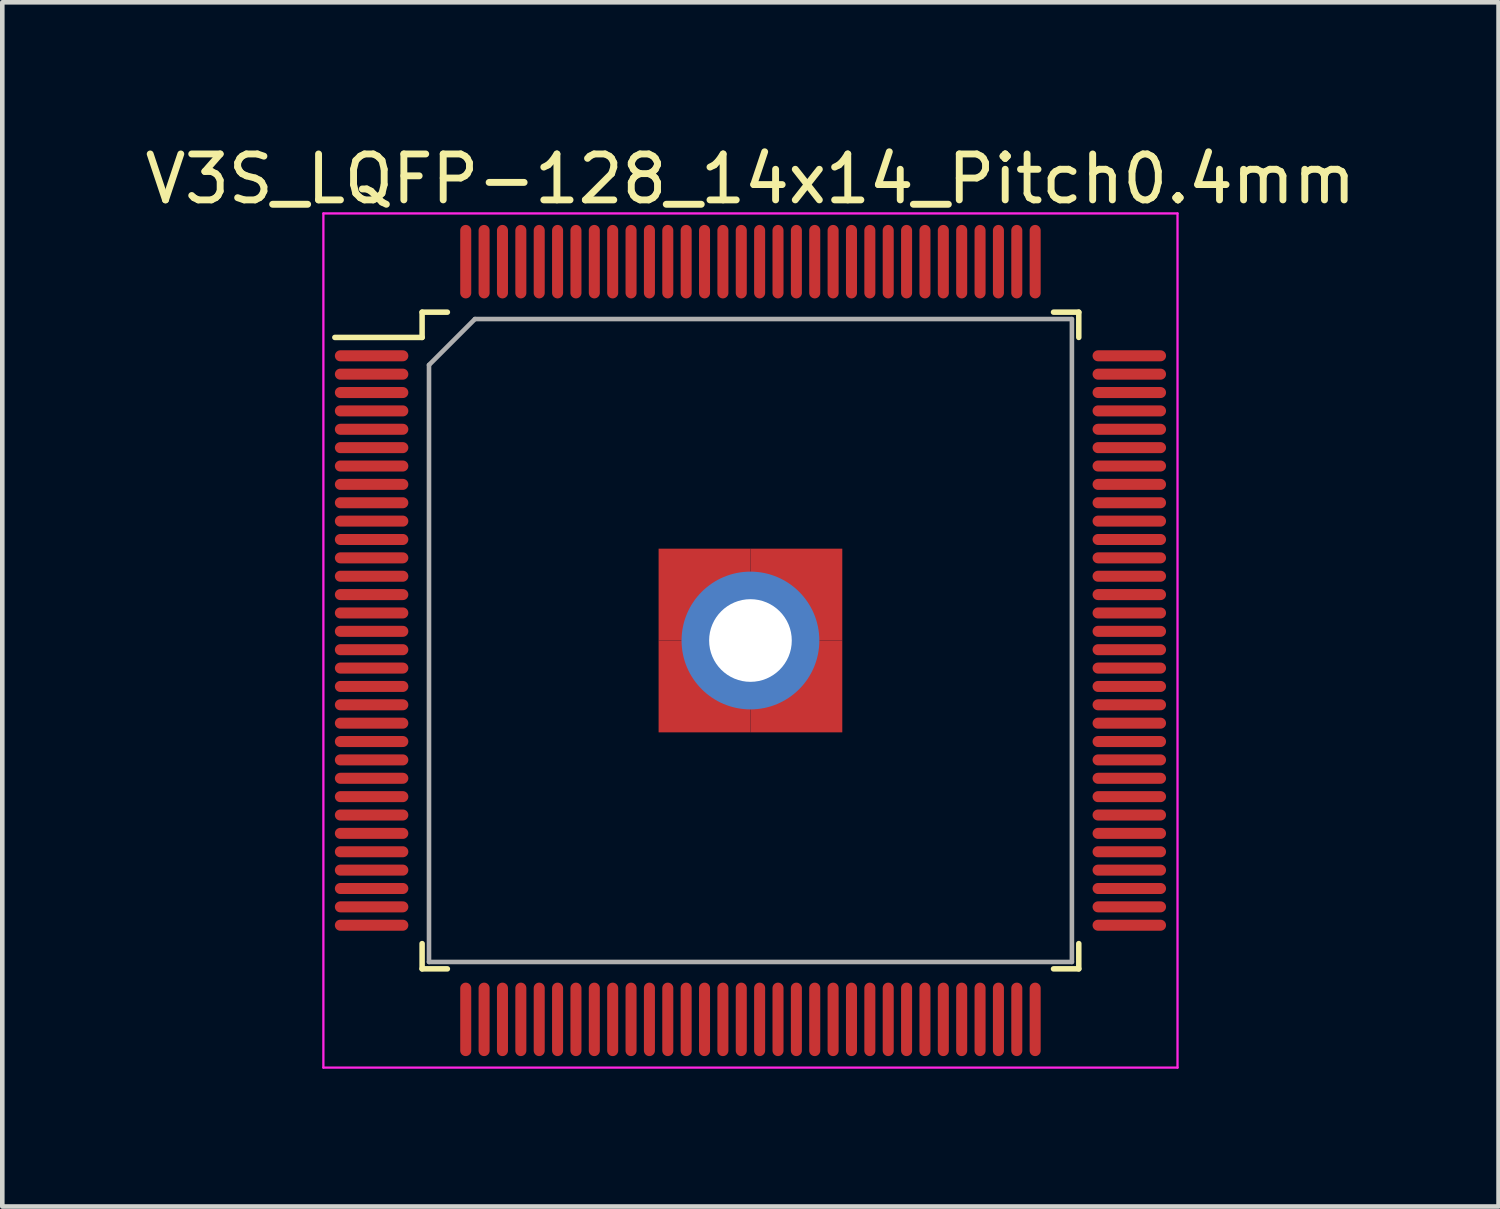
<source format=kicad_pcb>
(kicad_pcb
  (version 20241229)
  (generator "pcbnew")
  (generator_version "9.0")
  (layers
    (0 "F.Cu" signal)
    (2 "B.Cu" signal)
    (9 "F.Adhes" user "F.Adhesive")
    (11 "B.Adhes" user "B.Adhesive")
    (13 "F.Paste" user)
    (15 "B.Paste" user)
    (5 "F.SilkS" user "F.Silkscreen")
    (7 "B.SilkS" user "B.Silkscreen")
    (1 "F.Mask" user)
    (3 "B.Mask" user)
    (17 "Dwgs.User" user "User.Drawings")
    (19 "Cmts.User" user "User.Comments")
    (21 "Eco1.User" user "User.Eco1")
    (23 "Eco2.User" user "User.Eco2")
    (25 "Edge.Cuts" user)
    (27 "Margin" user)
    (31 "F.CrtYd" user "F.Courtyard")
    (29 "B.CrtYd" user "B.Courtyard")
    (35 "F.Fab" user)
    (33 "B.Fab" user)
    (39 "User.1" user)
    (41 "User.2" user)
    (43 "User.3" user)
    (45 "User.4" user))
  (footprint "V3S_LQFP-128_14x14_Pitch0.4mm"
    (layer "F.Cu")
    (at 13.292 10.898)
    (property "Reference" "V3S_LQFP-128_14x14_Pitch0.4mm" (at 0 -10.05 0) (layer "F.SilkS") (effects (font (size 1 1) (thickness 0.15))))
    (attr smd)
    (fp_line (start -7.15 -7.15) (end -7.15 -6.6) (stroke (width 0.12) (type solid)) (layer "F.SilkS"))
    (fp_line (start -7.15 -6.6) (end -9.05 -6.6) (stroke (width 0.12) (type solid)) (layer "F.SilkS"))
    (fp_line (start -7.15 7.15) (end -7.15 6.6) (stroke (width 0.12) (type solid)) (layer "F.SilkS"))
    (fp_line (start -6.6 -7.15) (end -7.15 -7.15) (stroke (width 0.12) (type solid)) (layer "F.SilkS"))
    (fp_line (start -6.6 7.15) (end -7.15 7.15) (stroke (width 0.12) (type solid)) (layer "F.SilkS"))
    (fp_line (start 6.6 -7.15) (end 7.15 -7.15) (stroke (width 0.12) (type solid)) (layer "F.SilkS"))
    (fp_line (start 6.6 7.15) (end 7.15 7.15) (stroke (width 0.12) (type solid)) (layer "F.SilkS"))
    (fp_line (start 7.15 -7.15) (end 7.15 -6.6) (stroke (width 0.12) (type solid)) (layer "F.SilkS"))
    (fp_line (start 7.15 7.15) (end 7.15 6.6) (stroke (width 0.12) (type solid)) (layer "F.SilkS"))
    (fp_line (start -9.3 -9.3) (end 9.3 -9.3) (stroke (width 0.05) (type solid)) (layer "F.CrtYd"))
    (fp_line (start -9.3 9.3) (end -9.3 -9.3) (stroke (width 0.05) (type solid)) (layer "F.CrtYd"))
    (fp_line (start 9.3 -9.3) (end 9.3 9.3) (stroke (width 0.05) (type solid)) (layer "F.CrtYd"))
    (fp_line (start 9.3 9.3) (end -9.3 9.3) (stroke (width 0.05) (type solid)) (layer "F.CrtYd"))
    (fp_line (start -7 -6) (end -7 7) (stroke (width 0.1) (type solid)) (layer "F.Fab"))
    (fp_line (start -7 7) (end 7 7) (stroke (width 0.1) (type solid)) (layer "F.Fab"))
    (fp_line (start -6 -7) (end -7 -6) (stroke (width 0.1) (type solid)) (layer "F.Fab"))
    (fp_line (start 7 -7) (end -6 -7) (stroke (width 0.1) (type solid)) (layer "F.Fab"))
    (fp_line (start 7 7) (end 7 -7) (stroke (width 0.1) (type solid)) (layer "F.Fab"))
    (pad "1" smd oval (at -8.25 -6.2 90) (size 0.24 1.6) (layers "F.Cu" "F.Mask" "F.Paste"))
    (pad "2" smd oval (at -8.25 -5.8 90) (size 0.24 1.6) (layers "F.Cu" "F.Mask" "F.Paste"))
    (pad "3" smd oval (at -8.25 -5.4 90) (size 0.24 1.6) (layers "F.Cu" "F.Mask" "F.Paste"))
    (pad "4" smd oval (at -8.25 -5 90) (size 0.24 1.6) (layers "F.Cu" "F.Mask" "F.Paste"))
    (pad "5" smd oval (at -8.25 -4.6 90) (size 0.24 1.6) (layers "F.Cu" "F.Mask" "F.Paste"))
    (pad "6" smd oval (at -8.25 -4.2 90) (size 0.24 1.6) (layers "F.Cu" "F.Mask" "F.Paste"))
    (pad "7" smd oval (at -8.25 -3.8 90) (size 0.24 1.6) (layers "F.Cu" "F.Mask" "F.Paste"))
    (pad "8" smd oval (at -8.25 -3.4 90) (size 0.24 1.6) (layers "F.Cu" "F.Mask" "F.Paste"))
    (pad "9" smd oval (at -8.25 -3 90) (size 0.24 1.6) (layers "F.Cu" "F.Mask" "F.Paste"))
    (pad "10" smd oval (at -8.25 -2.6 90) (size 0.24 1.6) (layers "F.Cu" "F.Mask" "F.Paste"))
    (pad "11" smd oval (at -8.25 -2.2 90) (size 0.24 1.6) (layers "F.Cu" "F.Mask" "F.Paste"))
    (pad "12" smd oval (at -8.25 -1.8 90) (size 0.24 1.6) (layers "F.Cu" "F.Mask" "F.Paste"))
    (pad "13" smd oval (at -8.25 -1.4 90) (size 0.24 1.6) (layers "F.Cu" "F.Mask" "F.Paste"))
    (pad "14" smd oval (at -8.25 -1 90) (size 0.24 1.6) (layers "F.Cu" "F.Mask" "F.Paste"))
    (pad "15" smd oval (at -8.25 -0.6 90) (size 0.24 1.6) (layers "F.Cu" "F.Mask" "F.Paste"))
    (pad "16" smd oval (at -8.25 -0.2 90) (size 0.24 1.6) (layers "F.Cu" "F.Mask" "F.Paste"))
    (pad "17" smd oval (at -8.25 0.2 90) (size 0.24 1.6) (layers "F.Cu" "F.Mask" "F.Paste"))
    (pad "18" smd oval (at -8.25 0.6 90) (size 0.24 1.6) (layers "F.Cu" "F.Mask" "F.Paste"))
    (pad "19" smd oval (at -8.25 1 90) (size 0.24 1.6) (layers "F.Cu" "F.Mask" "F.Paste"))
    (pad "20" smd oval (at -8.25 1.4 90) (size 0.24 1.6) (layers "F.Cu" "F.Mask" "F.Paste"))
    (pad "21" smd oval (at -8.25 1.8 90) (size 0.24 1.6) (layers "F.Cu" "F.Mask" "F.Paste"))
    (pad "22" smd oval (at -8.25 2.2 90) (size 0.24 1.6) (layers "F.Cu" "F.Mask" "F.Paste"))
    (pad "23" smd oval (at -8.25 2.6 90) (size 0.24 1.6) (layers "F.Cu" "F.Mask" "F.Paste"))
    (pad "24" smd oval (at -8.25 3 90) (size 0.24 1.6) (layers "F.Cu" "F.Mask" "F.Paste"))
    (pad "25" smd oval (at -8.25 3.4 90) (size 0.24 1.6) (layers "F.Cu" "F.Mask" "F.Paste"))
    (pad "26" smd oval (at -8.25 3.8 90) (size 0.24 1.6) (layers "F.Cu" "F.Mask" "F.Paste"))
    (pad "27" smd oval (at -8.25 4.2 90) (size 0.24 1.6) (layers "F.Cu" "F.Mask" "F.Paste"))
    (pad "28" smd oval (at -8.25 4.6 90) (size 0.24 1.6) (layers "F.Cu" "F.Mask" "F.Paste"))
    (pad "29" smd oval (at -8.25 5 90) (size 0.24 1.6) (layers "F.Cu" "F.Mask" "F.Paste"))
    (pad "30" smd oval (at -8.25 5.4 90) (size 0.24 1.6) (layers "F.Cu" "F.Mask" "F.Paste"))
    (pad "31" smd oval (at -8.25 5.8 90) (size 0.24 1.6) (layers "F.Cu" "F.Mask" "F.Paste"))
    (pad "32" smd oval (at -8.25 6.2 90) (size 0.24 1.6) (layers "F.Cu" "F.Mask" "F.Paste"))
    (pad "33" smd oval (at -6.2 8.25) (size 0.24 1.6) (layers "F.Cu" "F.Mask" "F.Paste"))
    (pad "34" smd oval (at -5.8 8.25) (size 0.24 1.6) (layers "F.Cu" "F.Mask" "F.Paste"))
    (pad "35" smd oval (at -5.4 8.25) (size 0.24 1.6) (layers "F.Cu" "F.Mask" "F.Paste"))
    (pad "36" smd oval (at -5 8.25) (size 0.24 1.6) (layers "F.Cu" "F.Mask" "F.Paste"))
    (pad "37" smd oval (at -4.6 8.25) (size 0.24 1.6) (layers "F.Cu" "F.Mask" "F.Paste"))
    (pad "38" smd oval (at -4.2 8.25) (size 0.24 1.6) (layers "F.Cu" "F.Mask" "F.Paste"))
    (pad "39" smd oval (at -3.8 8.25) (size 0.24 1.6) (layers "F.Cu" "F.Mask" "F.Paste"))
    (pad "40" smd oval (at -3.4 8.25) (size 0.24 1.6) (layers "F.Cu" "F.Mask" "F.Paste"))
    (pad "41" smd oval (at -3 8.25) (size 0.24 1.6) (layers "F.Cu" "F.Mask" "F.Paste"))
    (pad "42" smd oval (at -2.6 8.25) (size 0.24 1.6) (layers "F.Cu" "F.Mask" "F.Paste"))
    (pad "43" smd oval (at -2.2 8.25) (size 0.24 1.6) (layers "F.Cu" "F.Mask" "F.Paste"))
    (pad "44" smd oval (at -1.8 8.25) (size 0.24 1.6) (layers "F.Cu" "F.Mask" "F.Paste"))
    (pad "45" smd oval (at -1.4 8.25) (size 0.24 1.6) (layers "F.Cu" "F.Mask" "F.Paste"))
    (pad "46" smd oval (at -1 8.25) (size 0.24 1.6) (layers "F.Cu" "F.Mask" "F.Paste"))
    (pad "47" smd oval (at -0.6 8.25) (size 0.24 1.6) (layers "F.Cu" "F.Mask" "F.Paste"))
    (pad "48" smd oval (at -0.2 8.25) (size 0.24 1.6) (layers "F.Cu" "F.Mask" "F.Paste"))
    (pad "49" smd oval (at 0.2 8.25) (size 0.24 1.6) (layers "F.Cu" "F.Mask" "F.Paste"))
    (pad "50" smd oval (at 0.6 8.25) (size 0.24 1.6) (layers "F.Cu" "F.Mask" "F.Paste"))
    (pad "51" smd oval (at 1 8.25) (size 0.24 1.6) (layers "F.Cu" "F.Mask" "F.Paste"))
    (pad "52" smd oval (at 1.4 8.25) (size 0.24 1.6) (layers "F.Cu" "F.Mask" "F.Paste"))
    (pad "53" smd oval (at 1.8 8.25) (size 0.24 1.6) (layers "F.Cu" "F.Mask" "F.Paste"))
    (pad "54" smd oval (at 2.2 8.25) (size 0.24 1.6) (layers "F.Cu" "F.Mask" "F.Paste"))
    (pad "55" smd oval (at 2.6 8.25) (size 0.24 1.6) (layers "F.Cu" "F.Mask" "F.Paste"))
    (pad "56" smd oval (at 3 8.25) (size 0.24 1.6) (layers "F.Cu" "F.Mask" "F.Paste"))
    (pad "57" smd oval (at 3.4 8.25) (size 0.24 1.6) (layers "F.Cu" "F.Mask" "F.Paste"))
    (pad "58" smd oval (at 3.8 8.25) (size 0.24 1.6) (layers "F.Cu" "F.Mask" "F.Paste"))
    (pad "59" smd oval (at 4.2 8.25) (size 0.24 1.6) (layers "F.Cu" "F.Mask" "F.Paste"))
    (pad "60" smd oval (at 4.6 8.25) (size 0.24 1.6) (layers "F.Cu" "F.Mask" "F.Paste"))
    (pad "61" smd oval (at 5 8.25) (size 0.24 1.6) (layers "F.Cu" "F.Mask" "F.Paste"))
    (pad "62" smd oval (at 5.4 8.25) (size 0.24 1.6) (layers "F.Cu" "F.Mask" "F.Paste"))
    (pad "63" smd oval (at 5.8 8.25) (size 0.24 1.6) (layers "F.Cu" "F.Mask" "F.Paste"))
    (pad "64" smd oval (at 6.2 8.25) (size 0.24 1.6) (layers "F.Cu" "F.Mask" "F.Paste"))
    (pad "65" smd oval (at 8.25 6.2 90) (size 0.24 1.6) (layers "F.Cu" "F.Mask" "F.Paste"))
    (pad "66" smd oval (at 8.25 5.8 90) (size 0.24 1.6) (layers "F.Cu" "F.Mask" "F.Paste"))
    (pad "67" smd oval (at 8.25 5.4 90) (size 0.24 1.6) (layers "F.Cu" "F.Mask" "F.Paste"))
    (pad "68" smd oval (at 8.25 5 90) (size 0.24 1.6) (layers "F.Cu" "F.Mask" "F.Paste"))
    (pad "69" smd oval (at 8.25 4.6 90) (size 0.24 1.6) (layers "F.Cu" "F.Mask" "F.Paste"))
    (pad "70" smd oval (at 8.25 4.2 90) (size 0.24 1.6) (layers "F.Cu" "F.Mask" "F.Paste"))
    (pad "71" smd oval (at 8.25 3.8 90) (size 0.24 1.6) (layers "F.Cu" "F.Mask" "F.Paste"))
    (pad "72" smd oval (at 8.25 3.4 90) (size 0.24 1.6) (layers "F.Cu" "F.Mask" "F.Paste"))
    (pad "73" smd oval (at 8.25 3 90) (size 0.24 1.6) (layers "F.Cu" "F.Mask" "F.Paste"))
    (pad "74" smd oval (at 8.25 2.6 90) (size 0.24 1.6) (layers "F.Cu" "F.Mask" "F.Paste"))
    (pad "75" smd oval (at 8.25 2.2 90) (size 0.24 1.6) (layers "F.Cu" "F.Mask" "F.Paste"))
    (pad "76" smd oval (at 8.25 1.8 90) (size 0.24 1.6) (layers "F.Cu" "F.Mask" "F.Paste"))
    (pad "77" smd oval (at 8.25 1.4 90) (size 0.24 1.6) (layers "F.Cu" "F.Mask" "F.Paste"))
    (pad "78" smd oval (at 8.25 1 90) (size 0.24 1.6) (layers "F.Cu" "F.Mask" "F.Paste"))
    (pad "79" smd oval (at 8.25 0.6 90) (size 0.24 1.6) (layers "F.Cu" "F.Mask" "F.Paste"))
    (pad "80" smd oval (at 8.25 0.2 90) (size 0.24 1.6) (layers "F.Cu" "F.Mask" "F.Paste"))
    (pad "81" smd oval (at 8.25 -0.2 90) (size 0.24 1.6) (layers "F.Cu" "F.Mask" "F.Paste"))
    (pad "82" smd oval (at 8.25 -0.6 90) (size 0.24 1.6) (layers "F.Cu" "F.Mask" "F.Paste"))
    (pad "83" smd oval (at 8.25 -1 90) (size 0.24 1.6) (layers "F.Cu" "F.Mask" "F.Paste"))
    (pad "84" smd oval (at 8.25 -1.4 90) (size 0.24 1.6) (layers "F.Cu" "F.Mask" "F.Paste"))
    (pad "85" smd oval (at 8.25 -1.8 90) (size 0.24 1.6) (layers "F.Cu" "F.Mask" "F.Paste"))
    (pad "86" smd oval (at 8.25 -2.2 90) (size 0.24 1.6) (layers "F.Cu" "F.Mask" "F.Paste"))
    (pad "87" smd oval (at 8.25 -2.6 90) (size 0.24 1.6) (layers "F.Cu" "F.Mask" "F.Paste"))
    (pad "88" smd oval (at 8.25 -3 90) (size 0.24 1.6) (layers "F.Cu" "F.Mask" "F.Paste"))
    (pad "89" smd oval (at 8.25 -3.4 90) (size 0.24 1.6) (layers "F.Cu" "F.Mask" "F.Paste"))
    (pad "90" smd oval (at 8.25 -3.8 90) (size 0.24 1.6) (layers "F.Cu" "F.Mask" "F.Paste"))
    (pad "91" smd oval (at 8.25 -4.2 90) (size 0.24 1.6) (layers "F.Cu" "F.Mask" "F.Paste"))
    (pad "92" smd oval (at 8.25 -4.6 90) (size 0.24 1.6) (layers "F.Cu" "F.Mask" "F.Paste"))
    (pad "93" smd oval (at 8.25 -5 90) (size 0.24 1.6) (layers "F.Cu" "F.Mask" "F.Paste"))
    (pad "94" smd oval (at 8.25 -5.4 90) (size 0.24 1.6) (layers "F.Cu" "F.Mask" "F.Paste"))
    (pad "95" smd oval (at 8.25 -5.8 90) (size 0.24 1.6) (layers "F.Cu" "F.Mask" "F.Paste"))
    (pad "96" smd oval (at 8.25 -6.2 90) (size 0.24 1.6) (layers "F.Cu" "F.Mask" "F.Paste"))
    (pad "97" smd oval (at 6.2 -8.25) (size 0.24 1.6) (layers "F.Cu" "F.Mask" "F.Paste"))
    (pad "98" smd oval (at 5.8 -8.25) (size 0.24 1.6) (layers "F.Cu" "F.Mask" "F.Paste"))
    (pad "99" smd oval (at 5.4 -8.25) (size 0.24 1.6) (layers "F.Cu" "F.Mask" "F.Paste"))
    (pad "100" smd oval (at 5 -8.25) (size 0.24 1.6) (layers "F.Cu" "F.Mask" "F.Paste"))
    (pad "101" smd oval (at 4.6 -8.25) (size 0.24 1.6) (layers "F.Cu" "F.Mask" "F.Paste"))
    (pad "102" smd oval (at 4.2 -8.25) (size 0.24 1.6) (layers "F.Cu" "F.Mask" "F.Paste"))
    (pad "103" smd oval (at 3.8 -8.25) (size 0.24 1.6) (layers "F.Cu" "F.Mask" "F.Paste"))
    (pad "104" smd oval (at 3.4 -8.25) (size 0.24 1.6) (layers "F.Cu" "F.Mask" "F.Paste"))
    (pad "105" smd oval (at 3 -8.25) (size 0.24 1.6) (layers "F.Cu" "F.Mask" "F.Paste"))
    (pad "106" smd oval (at 2.6 -8.25) (size 0.24 1.6) (layers "F.Cu" "F.Mask" "F.Paste"))
    (pad "107" smd oval (at 2.2 -8.25) (size 0.24 1.6) (layers "F.Cu" "F.Mask" "F.Paste"))
    (pad "108" smd oval (at 1.8 -8.25) (size 0.24 1.6) (layers "F.Cu" "F.Mask" "F.Paste"))
    (pad "109" smd oval (at 1.4 -8.25) (size 0.24 1.6) (layers "F.Cu" "F.Mask" "F.Paste"))
    (pad "110" smd oval (at 1 -8.25) (size 0.24 1.6) (layers "F.Cu" "F.Mask" "F.Paste"))
    (pad "111" smd oval (at 0.6 -8.25) (size 0.24 1.6) (layers "F.Cu" "F.Mask" "F.Paste"))
    (pad "112" smd oval (at 0.2 -8.25) (size 0.24 1.6) (layers "F.Cu" "F.Mask" "F.Paste"))
    (pad "113" smd oval (at -0.2 -8.25) (size 0.24 1.6) (layers "F.Cu" "F.Mask" "F.Paste"))
    (pad "114" smd oval (at -0.6 -8.25) (size 0.24 1.6) (layers "F.Cu" "F.Mask" "F.Paste"))
    (pad "115" smd oval (at -1 -8.25) (size 0.24 1.6) (layers "F.Cu" "F.Mask" "F.Paste"))
    (pad "116" smd oval (at -1.4 -8.25) (size 0.24 1.6) (layers "F.Cu" "F.Mask" "F.Paste"))
    (pad "117" smd oval (at -1.8 -8.25) (size 0.24 1.6) (layers "F.Cu" "F.Mask" "F.Paste"))
    (pad "118" smd oval (at -2.2 -8.25) (size 0.24 1.6) (layers "F.Cu" "F.Mask" "F.Paste"))
    (pad "119" smd oval (at -2.6 -8.25) (size 0.24 1.6) (layers "F.Cu" "F.Mask" "F.Paste"))
    (pad "120" smd oval (at -3 -8.25) (size 0.24 1.6) (layers "F.Cu" "F.Mask" "F.Paste"))
    (pad "121" smd oval (at -3.4 -8.25) (size 0.24 1.6) (layers "F.Cu" "F.Mask" "F.Paste"))
    (pad "122" smd oval (at -3.8 -8.25) (size 0.24 1.6) (layers "F.Cu" "F.Mask" "F.Paste"))
    (pad "123" smd oval (at -4.2 -8.25) (size 0.24 1.6) (layers "F.Cu" "F.Mask" "F.Paste"))
    (pad "124" smd oval (at -4.6 -8.25) (size 0.24 1.6) (layers "F.Cu" "F.Mask" "F.Paste"))
    (pad "125" smd oval (at -5 -8.25) (size 0.24 1.6) (layers "F.Cu" "F.Mask" "F.Paste"))
    (pad "126" smd oval (at -5.4 -8.25) (size 0.24 1.6) (layers "F.Cu" "F.Mask" "F.Paste"))
    (pad "127" smd oval (at -5.8 -8.25) (size 0.24 1.6) (layers "F.Cu" "F.Mask" "F.Paste"))
    (pad "128" smd oval (at -6.2 -8.25) (size 0.24 1.6) (layers "F.Cu" "F.Mask" "F.Paste"))
    (pad "129" smd rect (at -1 -1) (size 2 2) (layers "F.Cu" "F.Mask" "F.Paste"))
    (pad "129" smd rect (at -1 1) (size 2 2) (layers "F.Cu" "F.Mask" "F.Paste"))
    (pad "129" thru_hole circle (at 0 0) (size 3 3) (drill 1.8) (layers "*.Cu" "*.Mask"))
    (pad "129" smd rect (at 1 -1) (size 2 2) (layers "F.Cu" "F.Mask" "F.Paste"))
    (pad "129" smd rect (at 1 1) (size 2 2) (layers "F.Cu" "F.Mask" "F.Paste")))
  (gr_rect
    (start -3 -3)
    (end 29.583 23.223)
    (stroke (width 0.1) (type default))
    (fill no)
    (layer "Edge.Cuts")))
</source>
